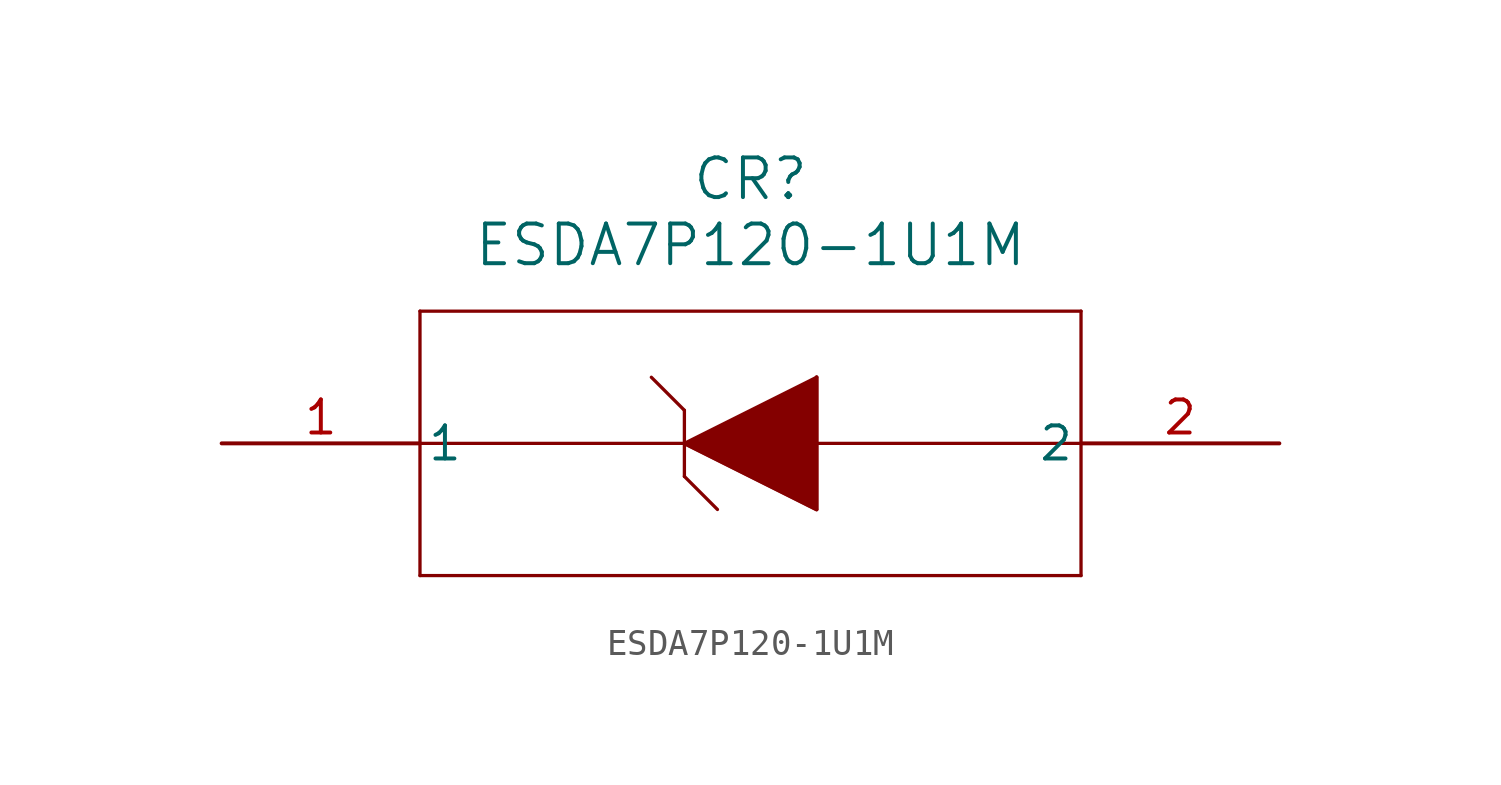
<source format=kicad_sym>
(kicad_symbol_lib
  (version 20211014)
  (generator kicad_symbol_editor)
  (symbol "ESDA7P120-1U1M"
    (pin_names
      (offset 0.254))
    (property "Reference" "CR"
      (at 20.32 10.16 0)
      (effects (font (size 1.524 1.524))))
    (property "Value" "ESDA7P120-1U1M"
      (at 20.32 7.62 0)
      (effects (font (size 1.524 1.524))))
    (symbol "ESDA7P120-1U1M_0_1"
      (polyline (pts (xy 7.62 5.08) (xy 7.62 -5.08)) (stroke (width 0.127) (type default) (color 0 0 0 0)) (fill (type none)))
      (polyline (pts (xy 7.62 -5.08) (xy 33.02 -5.08)) (stroke (width 0.127) (type default) (color 0 0 0 0)) (fill (type none)))
      (polyline (pts (xy 33.02 -5.08) (xy 33.02 5.08)) (stroke (width 0.127) (type default) (color 0 0 0 0)) (fill (type none)))
      (polyline (pts (xy 33.02 5.08) (xy 7.62 5.08)) (stroke (width 0.127) (type default) (color 0 0 0 0)) (fill (type none)))
      (polyline (pts (xy 33.02 0) (xy 7.62 0)) (stroke (width 0.127) (type default) (color 0 0 0 0)) (fill (type none)))
      (polyline (pts (xy 22.86 2.54) (xy 22.86 -2.54)) (stroke (width 0.127) (type default) (color 0 0 0 0)) (fill (type none)))
      (polyline (pts (xy 22.86 -2.54) (xy 17.78 0)) (stroke (width 0.127) (type default) (color 0 0 0 0)) (fill (type none)))
      (polyline (pts (xy 17.78 0) (xy 22.86 2.54)) (stroke (width 0.127) (type default) (color 0 0 0 0)) (fill (type none)))
      (polyline (pts (xy 17.78 1.27) (xy 17.78 -1.27)) (stroke (width 0.127) (type default) (color 0 0 0 0)) (fill (type none)))
      (polyline (pts (xy 17.78 1.27) (xy 16.51 2.54)) (stroke (width 0.127) (type default) (color 0 0 0 0)) (fill (type none)))
      (polyline (pts (xy 17.78 -1.27) (xy 19.05 -2.54)) (stroke (width 0.127) (type default) (color 0 0 0 0)) (fill (type none)))
      (polyline (pts (xy 22.86 2.54) (xy 22.86 -2.54) (xy 17.78 0)) (stroke (width 0) (type default) (color 0 0 0 0)) (fill (type outline)))
      (pin unspecified line (at 0 0 0) (length 7.62) (name "1" (effects (font (size 1.27 1.27)))) (number "1" (effects (font (size 1.27 1.27)))))
      (pin unspecified line (at 40.64 0 180) (length 7.62) (name "2" (effects (font (size 1.27 1.27)))) (number "2" (effects (font (size 1.27 1.27))))))))
</source>
